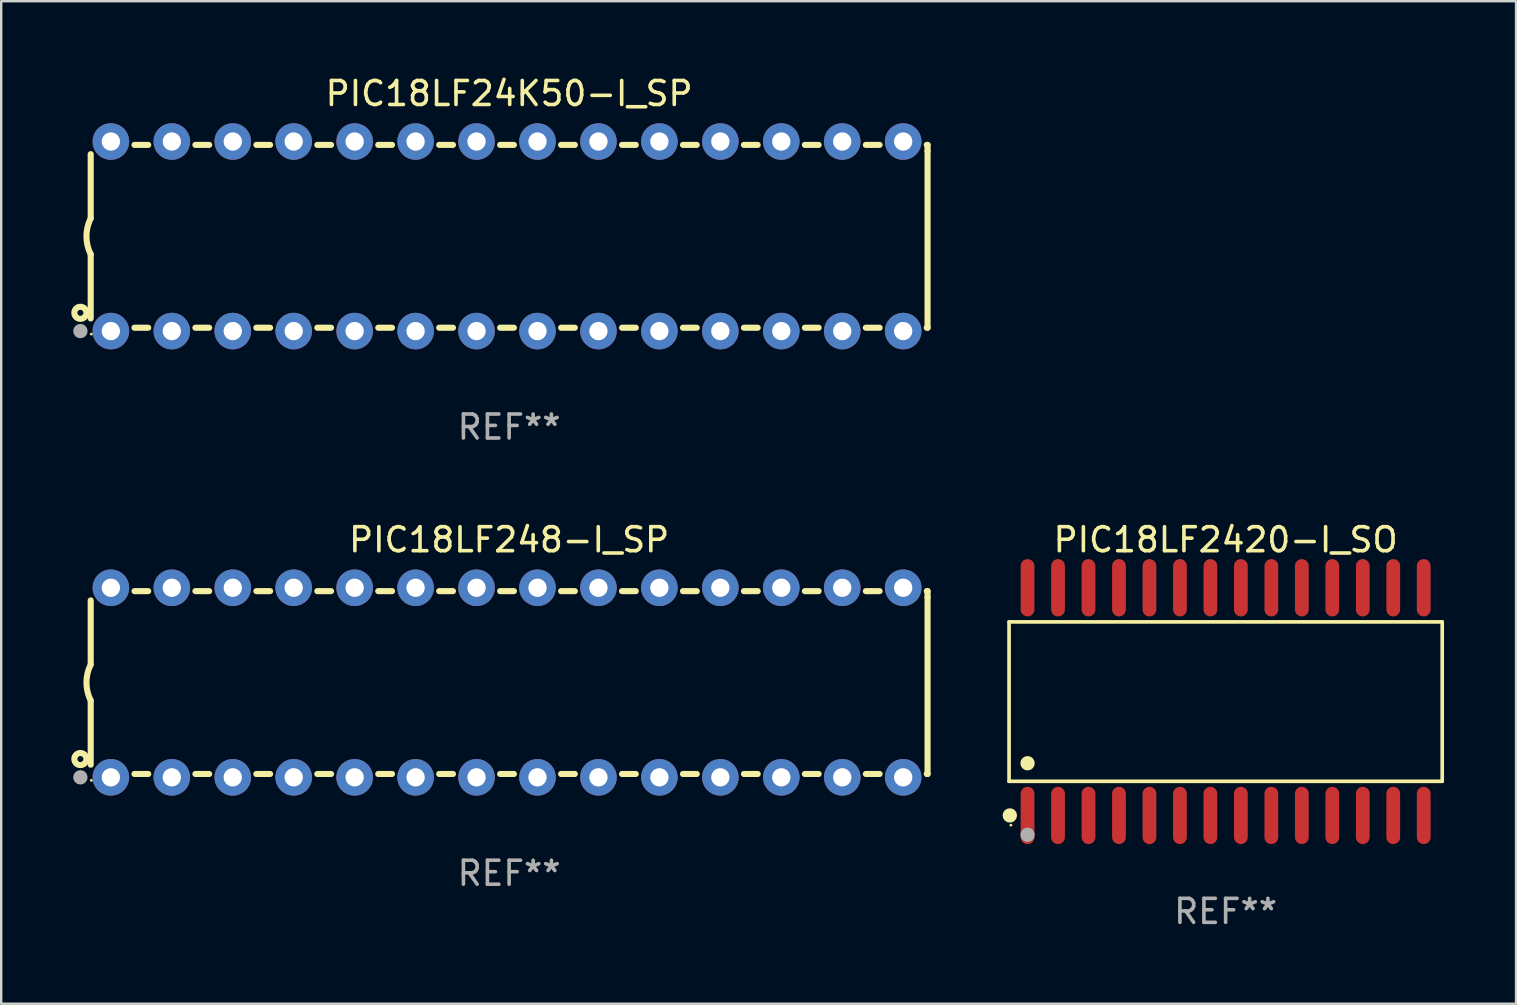
<source format=kicad_pcb>
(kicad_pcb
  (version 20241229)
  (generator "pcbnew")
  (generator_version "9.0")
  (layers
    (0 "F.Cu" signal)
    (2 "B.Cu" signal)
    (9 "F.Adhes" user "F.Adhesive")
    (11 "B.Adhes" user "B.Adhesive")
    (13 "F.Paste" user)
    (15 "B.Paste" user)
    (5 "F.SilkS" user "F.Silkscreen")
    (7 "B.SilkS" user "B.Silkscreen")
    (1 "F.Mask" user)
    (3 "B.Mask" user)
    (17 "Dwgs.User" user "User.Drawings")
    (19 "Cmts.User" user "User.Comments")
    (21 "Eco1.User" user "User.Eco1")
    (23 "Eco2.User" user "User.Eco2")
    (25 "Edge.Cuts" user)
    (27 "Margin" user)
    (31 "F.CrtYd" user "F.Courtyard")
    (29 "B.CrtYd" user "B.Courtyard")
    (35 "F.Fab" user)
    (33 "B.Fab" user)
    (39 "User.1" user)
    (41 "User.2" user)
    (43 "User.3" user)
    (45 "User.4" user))
  (footprint "PIC18LF248-I_SP"
    (layer "F.Cu")
    (at 18.168 25.395)
    (property "Reference" "PIC18LF248-I_SP" (at 0 -5.95 0) (layer "F.SilkS") (effects (font (size 1 1) (thickness 0.15))))
    (attr through_hole)
    (fp_line (start -17.438 0.75) (end -17.438 3.423) (stroke (width 0.254) (type solid)) (layer "F.SilkS"))
    (fp_line (start -17.438 -3.423) (end -17.438 -0.75) (stroke (width 0.254) (type solid)) (layer "F.SilkS"))
    (fp_line (start -15.615 3.81) (end -15.041 3.81) (stroke (width 0.254) (type solid)) (layer "F.SilkS"))
    (fp_line (start -15.041 -3.81) (end -15.614 -3.81) (stroke (width 0.254) (type solid)) (layer "F.SilkS"))
    (fp_line (start -13.075 3.81) (end -12.501 3.81) (stroke (width 0.254) (type solid)) (layer "F.SilkS"))
    (fp_line (start -12.501 -3.81) (end -13.074 -3.81) (stroke (width 0.254) (type solid)) (layer "F.SilkS"))
    (fp_line (start -10.535 3.81) (end -9.961 3.81) (stroke (width 0.254) (type solid)) (layer "F.SilkS"))
    (fp_line (start -9.961 -3.81) (end -10.534 -3.81) (stroke (width 0.254) (type solid)) (layer "F.SilkS"))
    (fp_line (start -7.995 3.81) (end -7.421 3.81) (stroke (width 0.254) (type solid)) (layer "F.SilkS"))
    (fp_line (start -7.421 -3.81) (end -7.995 -3.81) (stroke (width 0.254) (type solid)) (layer "F.SilkS"))
    (fp_line (start -5.455 3.81) (end -4.881 3.81) (stroke (width 0.254) (type solid)) (layer "F.SilkS"))
    (fp_line (start -4.881 -3.81) (end -5.455 -3.81) (stroke (width 0.254) (type solid)) (layer "F.SilkS"))
    (fp_line (start -2.915 3.81) (end -2.341 3.81) (stroke (width 0.254) (type solid)) (layer "F.SilkS"))
    (fp_line (start -2.341 -3.81) (end -2.915 -3.81) (stroke (width 0.254) (type solid)) (layer "F.SilkS"))
    (fp_line (start -0.375 3.81) (end 0.199 3.81) (stroke (width 0.254) (type solid)) (layer "F.SilkS"))
    (fp_line (start 0.199 -3.81) (end -0.375 -3.81) (stroke (width 0.254) (type solid)) (layer "F.SilkS"))
    (fp_line (start 2.165 3.81) (end 2.739 3.81) (stroke (width 0.254) (type solid)) (layer "F.SilkS"))
    (fp_line (start 2.739 -3.81) (end 2.165 -3.81) (stroke (width 0.254) (type solid)) (layer "F.SilkS"))
    (fp_line (start 4.705 3.81) (end 5.279 3.81) (stroke (width 0.254) (type solid)) (layer "F.SilkS"))
    (fp_line (start 5.279 -3.81) (end 4.705 -3.81) (stroke (width 0.254) (type solid)) (layer "F.SilkS"))
    (fp_line (start 7.245 3.81) (end 7.819 3.81) (stroke (width 0.254) (type solid)) (layer "F.SilkS"))
    (fp_line (start 7.819 -3.81) (end 7.245 -3.81) (stroke (width 0.254) (type solid)) (layer "F.SilkS"))
    (fp_line (start 9.785 3.81) (end 10.359 3.81) (stroke (width 0.254) (type solid)) (layer "F.SilkS"))
    (fp_line (start 10.359 -3.81) (end 9.785 -3.81) (stroke (width 0.254) (type solid)) (layer "F.SilkS"))
    (fp_line (start 12.325 3.81) (end 12.899 3.81) (stroke (width 0.254) (type solid)) (layer "F.SilkS"))
    (fp_line (start 12.899 -3.81) (end 12.325 -3.81) (stroke (width 0.254) (type solid)) (layer "F.SilkS"))
    (fp_line (start 14.865 3.81) (end 15.439 3.81) (stroke (width 0.254) (type solid)) (layer "F.SilkS"))
    (fp_line (start 15.439 -3.81) (end 14.865 -3.81) (stroke (width 0.254) (type solid)) (layer "F.SilkS"))
    (fp_line (start 17.405 3.81) (end 17.438 3.81) (stroke (width 0.254) (type solid)) (layer "F.SilkS"))
    (fp_line (start 17.438 -3.81) (end 17.405 -3.81) (stroke (width 0.254) (type solid)) (layer "F.SilkS"))
    (fp_line (start 17.438 -3.556) (end 17.438 -3.81) (stroke (width 0.254) (type solid)) (layer "F.SilkS"))
    (fp_line (start 17.438 3.81) (end 17.438 -3.556) (stroke (width 0.254) (type solid)) (layer "F.SilkS"))
    (fp_arc (start -17.437986 0.749657) (mid -17.614887 -0.000024) (end -17.437783 -0.749657) (stroke (width 0.254001) (type solid)) (layer "F.SilkS"))
    (fp_circle (center -17.868 3.188) (end -17.743 3.188) (stroke (width 0.254) (type solid)) (fill no) (layer "F.SilkS"))
    (fp_circle (center -17.411 4.077) (end -17.381 4.077) (stroke (width 0.06) (type solid)) (fill no) (layer "F.SilkS"))
    (fp_circle (center -17.868 3.95) (end -17.718 3.95) (stroke (width 0.3) (type solid)) (fill no) (layer "F.Fab"))
    (fp_text user "REF**" (at 0 7.95 0) (layer "F.Fab") (effects (font (size 1 1) (thickness 0.15))))
    (pad "1" thru_hole circle (at -16.598 3.95) (size 1.524 1.524) (drill 0.762) (layers "*.Cu" "*.Mask"))
    (pad "2" thru_hole circle (at -14.058 3.95) (size 1.524 1.524) (drill 0.762) (layers "*.Cu" "*.Mask"))
    (pad "3" thru_hole circle (at -11.518 3.95) (size 1.524 1.524) (drill 0.762) (layers "*.Cu" "*.Mask"))
    (pad "4" thru_hole circle (at -8.978 3.95) (size 1.524 1.524) (drill 0.762) (layers "*.Cu" "*.Mask"))
    (pad "5" thru_hole circle (at -6.438 3.95) (size 1.524 1.524) (drill 0.762) (layers "*.Cu" "*.Mask"))
    (pad "6" thru_hole circle (at -3.898 3.95) (size 1.524 1.524) (drill 0.762) (layers "*.Cu" "*.Mask"))
    (pad "7" thru_hole circle (at -1.358 3.95) (size 1.524 1.524) (drill 0.762) (layers "*.Cu" "*.Mask"))
    (pad "8" thru_hole circle (at 1.182 3.95) (size 1.524 1.524) (drill 0.762) (layers "*.Cu" "*.Mask"))
    (pad "9" thru_hole circle (at 3.722 3.95) (size 1.524 1.524) (drill 0.762) (layers "*.Cu" "*.Mask"))
    (pad "10" thru_hole circle (at 6.262 3.95) (size 1.524 1.524) (drill 0.762) (layers "*.Cu" "*.Mask"))
    (pad "11" thru_hole circle (at 8.802 3.95) (size 1.524 1.524) (drill 0.762) (layers "*.Cu" "*.Mask"))
    (pad "12" thru_hole circle (at 11.342 3.95) (size 1.524 1.524) (drill 0.762) (layers "*.Cu" "*.Mask"))
    (pad "13" thru_hole circle (at 13.882 3.95) (size 1.524 1.524) (drill 0.762) (layers "*.Cu" "*.Mask"))
    (pad "14" thru_hole circle (at 16.422 3.95) (size 1.524 1.524) (drill 0.762) (layers "*.Cu" "*.Mask"))
    (pad "15" thru_hole circle (at 16.422 -3.95) (size 1.524 1.524) (drill 0.762) (layers "*.Cu" "*.Mask"))
    (pad "16" thru_hole circle (at 13.882 -3.95) (size 1.524 1.524) (drill 0.762) (layers "*.Cu" "*.Mask"))
    (pad "17" thru_hole circle (at 11.342 -3.95) (size 1.524 1.524) (drill 0.762) (layers "*.Cu" "*.Mask"))
    (pad "18" thru_hole circle (at 8.802 -3.95) (size 1.524 1.524) (drill 0.762) (layers "*.Cu" "*.Mask"))
    (pad "19" thru_hole circle (at 6.262 -3.95) (size 1.524 1.524) (drill 0.762) (layers "*.Cu" "*.Mask"))
    (pad "20" thru_hole circle (at 3.722 -3.95) (size 1.524 1.524) (drill 0.762) (layers "*.Cu" "*.Mask"))
    (pad "21" thru_hole circle (at 1.182 -3.95) (size 1.524 1.524) (drill 0.762) (layers "*.Cu" "*.Mask"))
    (pad "22" thru_hole circle (at -1.358 -3.95) (size 1.524 1.524) (drill 0.762) (layers "*.Cu" "*.Mask"))
    (pad "23" thru_hole circle (at -3.898 -3.95) (size 1.524 1.524) (drill 0.762) (layers "*.Cu" "*.Mask"))
    (pad "24" thru_hole circle (at -6.438 -3.95) (size 1.524 1.524) (drill 0.762) (layers "*.Cu" "*.Mask"))
    (pad "25" thru_hole circle (at -8.978 -3.95) (size 1.524 1.524) (drill 0.762) (layers "*.Cu" "*.Mask"))
    (pad "26" thru_hole circle (at -11.517 -3.95) (size 1.524 1.524) (drill 0.762) (layers "*.Cu" "*.Mask"))
    (pad "27" thru_hole circle (at -14.057 -3.95) (size 1.524 1.524) (drill 0.762) (layers "*.Cu" "*.Mask"))
    (pad "28" thru_hole circle (at -16.597 -3.95) (size 1.524 1.524) (drill 0.762) (layers "*.Cu" "*.Mask")))
  (footprint "PIC18LF24K50-I_SP"
    (layer "F.Cu")
    (at 18.168 6.798)
    (property "Reference" "PIC18LF24K50-I_SP" (at 0 -5.95 0) (layer "F.SilkS") (effects (font (size 1 1) (thickness 0.15))))
    (attr through_hole)
    (fp_line (start -17.438 0.75) (end -17.438 3.423) (stroke (width 0.254) (type solid)) (layer "F.SilkS"))
    (fp_line (start -17.438 -3.423) (end -17.438 -0.75) (stroke (width 0.254) (type solid)) (layer "F.SilkS"))
    (fp_line (start -15.615 3.81) (end -15.041 3.81) (stroke (width 0.254) (type solid)) (layer "F.SilkS"))
    (fp_line (start -15.041 -3.81) (end -15.614 -3.81) (stroke (width 0.254) (type solid)) (layer "F.SilkS"))
    (fp_line (start -13.075 3.81) (end -12.501 3.81) (stroke (width 0.254) (type solid)) (layer "F.SilkS"))
    (fp_line (start -12.501 -3.81) (end -13.074 -3.81) (stroke (width 0.254) (type solid)) (layer "F.SilkS"))
    (fp_line (start -10.535 3.81) (end -9.961 3.81) (stroke (width 0.254) (type solid)) (layer "F.SilkS"))
    (fp_line (start -9.961 -3.81) (end -10.534 -3.81) (stroke (width 0.254) (type solid)) (layer "F.SilkS"))
    (fp_line (start -7.995 3.81) (end -7.421 3.81) (stroke (width 0.254) (type solid)) (layer "F.SilkS"))
    (fp_line (start -7.421 -3.81) (end -7.995 -3.81) (stroke (width 0.254) (type solid)) (layer "F.SilkS"))
    (fp_line (start -5.455 3.81) (end -4.881 3.81) (stroke (width 0.254) (type solid)) (layer "F.SilkS"))
    (fp_line (start -4.881 -3.81) (end -5.455 -3.81) (stroke (width 0.254) (type solid)) (layer "F.SilkS"))
    (fp_line (start -2.915 3.81) (end -2.341 3.81) (stroke (width 0.254) (type solid)) (layer "F.SilkS"))
    (fp_line (start -2.341 -3.81) (end -2.915 -3.81) (stroke (width 0.254) (type solid)) (layer "F.SilkS"))
    (fp_line (start -0.375 3.81) (end 0.199 3.81) (stroke (width 0.254) (type solid)) (layer "F.SilkS"))
    (fp_line (start 0.199 -3.81) (end -0.375 -3.81) (stroke (width 0.254) (type solid)) (layer "F.SilkS"))
    (fp_line (start 2.165 3.81) (end 2.739 3.81) (stroke (width 0.254) (type solid)) (layer "F.SilkS"))
    (fp_line (start 2.739 -3.81) (end 2.165 -3.81) (stroke (width 0.254) (type solid)) (layer "F.SilkS"))
    (fp_line (start 4.705 3.81) (end 5.279 3.81) (stroke (width 0.254) (type solid)) (layer "F.SilkS"))
    (fp_line (start 5.279 -3.81) (end 4.705 -3.81) (stroke (width 0.254) (type solid)) (layer "F.SilkS"))
    (fp_line (start 7.245 3.81) (end 7.819 3.81) (stroke (width 0.254) (type solid)) (layer "F.SilkS"))
    (fp_line (start 7.819 -3.81) (end 7.245 -3.81) (stroke (width 0.254) (type solid)) (layer "F.SilkS"))
    (fp_line (start 9.785 3.81) (end 10.359 3.81) (stroke (width 0.254) (type solid)) (layer "F.SilkS"))
    (fp_line (start 10.359 -3.81) (end 9.785 -3.81) (stroke (width 0.254) (type solid)) (layer "F.SilkS"))
    (fp_line (start 12.325 3.81) (end 12.899 3.81) (stroke (width 0.254) (type solid)) (layer "F.SilkS"))
    (fp_line (start 12.899 -3.81) (end 12.325 -3.81) (stroke (width 0.254) (type solid)) (layer "F.SilkS"))
    (fp_line (start 14.865 3.81) (end 15.439 3.81) (stroke (width 0.254) (type solid)) (layer "F.SilkS"))
    (fp_line (start 15.439 -3.81) (end 14.865 -3.81) (stroke (width 0.254) (type solid)) (layer "F.SilkS"))
    (fp_line (start 17.405 3.81) (end 17.438 3.81) (stroke (width 0.254) (type solid)) (layer "F.SilkS"))
    (fp_line (start 17.438 -3.81) (end 17.405 -3.81) (stroke (width 0.254) (type solid)) (layer "F.SilkS"))
    (fp_line (start 17.438 -3.556) (end 17.438 -3.81) (stroke (width 0.254) (type solid)) (layer "F.SilkS"))
    (fp_line (start 17.438 3.81) (end 17.438 -3.556) (stroke (width 0.254) (type solid)) (layer "F.SilkS"))
    (fp_arc (start -17.437986 0.749657) (mid -17.614887 -0.000024) (end -17.437783 -0.749657) (stroke (width 0.254001) (type solid)) (layer "F.SilkS"))
    (fp_circle (center -17.868 3.188) (end -17.743 3.188) (stroke (width 0.254) (type solid)) (fill no) (layer "F.SilkS"))
    (fp_circle (center -17.411 4.077) (end -17.381 4.077) (stroke (width 0.06) (type solid)) (fill no) (layer "F.SilkS"))
    (fp_circle (center -17.868 3.95) (end -17.718 3.95) (stroke (width 0.3) (type solid)) (fill no) (layer "F.Fab"))
    (fp_text user "REF**" (at 0 7.95 0) (layer "F.Fab") (effects (font (size 1 1) (thickness 0.15))))
    (pad "1" thru_hole circle (at -16.598 3.95) (size 1.524 1.524) (drill 0.762) (layers "*.Cu" "*.Mask"))
    (pad "2" thru_hole circle (at -14.058 3.95) (size 1.524 1.524) (drill 0.762) (layers "*.Cu" "*.Mask"))
    (pad "3" thru_hole circle (at -11.518 3.95) (size 1.524 1.524) (drill 0.762) (layers "*.Cu" "*.Mask"))
    (pad "4" thru_hole circle (at -8.978 3.95) (size 1.524 1.524) (drill 0.762) (layers "*.Cu" "*.Mask"))
    (pad "5" thru_hole circle (at -6.438 3.95) (size 1.524 1.524) (drill 0.762) (layers "*.Cu" "*.Mask"))
    (pad "6" thru_hole circle (at -3.898 3.95) (size 1.524 1.524) (drill 0.762) (layers "*.Cu" "*.Mask"))
    (pad "7" thru_hole circle (at -1.358 3.95) (size 1.524 1.524) (drill 0.762) (layers "*.Cu" "*.Mask"))
    (pad "8" thru_hole circle (at 1.182 3.95) (size 1.524 1.524) (drill 0.762) (layers "*.Cu" "*.Mask"))
    (pad "9" thru_hole circle (at 3.722 3.95) (size 1.524 1.524) (drill 0.762) (layers "*.Cu" "*.Mask"))
    (pad "10" thru_hole circle (at 6.262 3.95) (size 1.524 1.524) (drill 0.762) (layers "*.Cu" "*.Mask"))
    (pad "11" thru_hole circle (at 8.802 3.95) (size 1.524 1.524) (drill 0.762) (layers "*.Cu" "*.Mask"))
    (pad "12" thru_hole circle (at 11.342 3.95) (size 1.524 1.524) (drill 0.762) (layers "*.Cu" "*.Mask"))
    (pad "13" thru_hole circle (at 13.882 3.95) (size 1.524 1.524) (drill 0.762) (layers "*.Cu" "*.Mask"))
    (pad "14" thru_hole circle (at 16.422 3.95) (size 1.524 1.524) (drill 0.762) (layers "*.Cu" "*.Mask"))
    (pad "15" thru_hole circle (at 16.422 -3.95) (size 1.524 1.524) (drill 0.762) (layers "*.Cu" "*.Mask"))
    (pad "16" thru_hole circle (at 13.882 -3.95) (size 1.524 1.524) (drill 0.762) (layers "*.Cu" "*.Mask"))
    (pad "17" thru_hole circle (at 11.342 -3.95) (size 1.524 1.524) (drill 0.762) (layers "*.Cu" "*.Mask"))
    (pad "18" thru_hole circle (at 8.802 -3.95) (size 1.524 1.524) (drill 0.762) (layers "*.Cu" "*.Mask"))
    (pad "19" thru_hole circle (at 6.262 -3.95) (size 1.524 1.524) (drill 0.762) (layers "*.Cu" "*.Mask"))
    (pad "20" thru_hole circle (at 3.722 -3.95) (size 1.524 1.524) (drill 0.762) (layers "*.Cu" "*.Mask"))
    (pad "21" thru_hole circle (at 1.182 -3.95) (size 1.524 1.524) (drill 0.762) (layers "*.Cu" "*.Mask"))
    (pad "22" thru_hole circle (at -1.358 -3.95) (size 1.524 1.524) (drill 0.762) (layers "*.Cu" "*.Mask"))
    (pad "23" thru_hole circle (at -3.898 -3.95) (size 1.524 1.524) (drill 0.762) (layers "*.Cu" "*.Mask"))
    (pad "24" thru_hole circle (at -6.438 -3.95) (size 1.524 1.524) (drill 0.762) (layers "*.Cu" "*.Mask"))
    (pad "25" thru_hole circle (at -8.978 -3.95) (size 1.524 1.524) (drill 0.762) (layers "*.Cu" "*.Mask"))
    (pad "26" thru_hole circle (at -11.517 -3.95) (size 1.524 1.524) (drill 0.762) (layers "*.Cu" "*.Mask"))
    (pad "27" thru_hole circle (at -14.057 -3.95) (size 1.524 1.524) (drill 0.762) (layers "*.Cu" "*.Mask"))
    (pad "28" thru_hole circle (at -16.597 -3.95) (size 1.524 1.524) (drill 0.762) (layers "*.Cu" "*.Mask")))
  (footprint "PIC18LF2420-I_SO"
    (layer "F.Cu")
    (at 48.028 26.189)
    (property "Reference" "PIC18LF2420-I_SO" (at 0 -6.744 0) (layer "F.SilkS") (effects (font (size 1 1) (thickness 0.15))))
    (attr through_hole)
    (fp_line (start -9.026 -3.321) (end 9.026 -3.321) (stroke (width 0.152) (type solid)) (layer "F.SilkS"))
    (fp_line (start -9.026 3.321) (end -9.026 -3.321) (stroke (width 0.152) (type solid)) (layer "F.SilkS"))
    (fp_line (start 9.026 -3.321) (end 9.026 3.321) (stroke (width 0.152) (type solid)) (layer "F.SilkS"))
    (fp_line (start 9.026 3.321) (end -9.026 3.321) (stroke (width 0.152) (type solid)) (layer "F.SilkS"))
    (fp_circle (center -8.994 4.744) (end -8.844 4.744) (stroke (width 0.3) (type solid)) (fill no) (layer "F.SilkS"))
    (fp_circle (center -8.95 5.15) (end -8.92 5.15) (stroke (width 0.06) (type solid)) (fill no) (layer "F.SilkS"))
    (fp_circle (center -8.255 2.569) (end -8.105 2.569) (stroke (width 0.3) (type solid)) (fill no) (layer "F.SilkS"))
    (fp_circle (center -8.255 5.55) (end -8.105 5.55) (stroke (width 0.3) (type solid)) (fill no) (layer "F.Fab"))
    (fp_text user "REF**" (at 0 8.744 0) (layer "F.Fab") (effects (font (size 1 1) (thickness 0.15))))
    (pad "1" smd oval (at -8.255 4.744) (size 0.574 2.388) (layers "F.Cu" "F.Mask" "F.Paste"))
    (pad "2" smd oval (at -6.985 4.744) (size 0.574 2.388) (layers "F.Cu" "F.Mask" "F.Paste"))
    (pad "3" smd oval (at -5.715 4.744) (size 0.574 2.388) (layers "F.Cu" "F.Mask" "F.Paste"))
    (pad "4" smd oval (at -4.445 4.744) (size 0.574 2.388) (layers "F.Cu" "F.Mask" "F.Paste"))
    (pad "5" smd oval (at -3.175 4.744) (size 0.574 2.388) (layers "F.Cu" "F.Mask" "F.Paste"))
    (pad "6" smd oval (at -1.905 4.744) (size 0.574 2.388) (layers "F.Cu" "F.Mask" "F.Paste"))
    (pad "7" smd oval (at -0.635 4.744) (size 0.574 2.388) (layers "F.Cu" "F.Mask" "F.Paste"))
    (pad "8" smd oval (at 0.635 4.744) (size 0.574 2.388) (layers "F.Cu" "F.Mask" "F.Paste"))
    (pad "9" smd oval (at 1.905 4.744) (size 0.574 2.388) (layers "F.Cu" "F.Mask" "F.Paste"))
    (pad "10" smd oval (at 3.175 4.744) (size 0.574 2.388) (layers "F.Cu" "F.Mask" "F.Paste"))
    (pad "11" smd oval (at 4.445 4.744) (size 0.574 2.388) (layers "F.Cu" "F.Mask" "F.Paste"))
    (pad "12" smd oval (at 5.715 4.744) (size 0.574 2.388) (layers "F.Cu" "F.Mask" "F.Paste"))
    (pad "13" smd oval (at 6.985 4.744) (size 0.574 2.388) (layers "F.Cu" "F.Mask" "F.Paste"))
    (pad "14" smd oval (at 8.255 4.744) (size 0.574 2.388) (layers "F.Cu" "F.Mask" "F.Paste"))
    (pad "15" smd oval (at 8.255 -4.744) (size 0.574 2.388) (layers "F.Cu" "F.Mask" "F.Paste"))
    (pad "16" smd oval (at 6.985 -4.744) (size 0.574 2.388) (layers "F.Cu" "F.Mask" "F.Paste"))
    (pad "17" smd oval (at 5.715 -4.744) (size 0.574 2.388) (layers "F.Cu" "F.Mask" "F.Paste"))
    (pad "18" smd oval (at 4.445 -4.744) (size 0.574 2.388) (layers "F.Cu" "F.Mask" "F.Paste"))
    (pad "19" smd oval (at 3.175 -4.744) (size 0.574 2.388) (layers "F.Cu" "F.Mask" "F.Paste"))
    (pad "20" smd oval (at 1.905 -4.744) (size 0.574 2.388) (layers "F.Cu" "F.Mask" "F.Paste"))
    (pad "21" smd oval (at 0.635 -4.744) (size 0.574 2.388) (layers "F.Cu" "F.Mask" "F.Paste"))
    (pad "22" smd oval (at -0.635 -4.744) (size 0.574 2.388) (layers "F.Cu" "F.Mask" "F.Paste"))
    (pad "23" smd oval (at -1.905 -4.744) (size 0.574 2.388) (layers "F.Cu" "F.Mask" "F.Paste"))
    (pad "24" smd oval (at -3.175 -4.744) (size 0.574 2.388) (layers "F.Cu" "F.Mask" "F.Paste"))
    (pad "25" smd oval (at -4.445 -4.744) (size 0.574 2.388) (layers "F.Cu" "F.Mask" "F.Paste"))
    (pad "26" smd oval (at -5.715 -4.744) (size 0.574 2.388) (layers "F.Cu" "F.Mask" "F.Paste"))
    (pad "27" smd oval (at -6.985 -4.744) (size 0.574 2.388) (layers "F.Cu" "F.Mask" "F.Paste"))
    (pad "28" smd oval (at -8.255 -4.744) (size 0.574 2.388) (layers "F.Cu" "F.Mask" "F.Paste")))
  (gr_rect
    (start -3 -3)
    (end 60.13 38.781)
    (stroke (width 0.1) (type default))
    (fill no)
    (layer "Edge.Cuts")))
</source>
